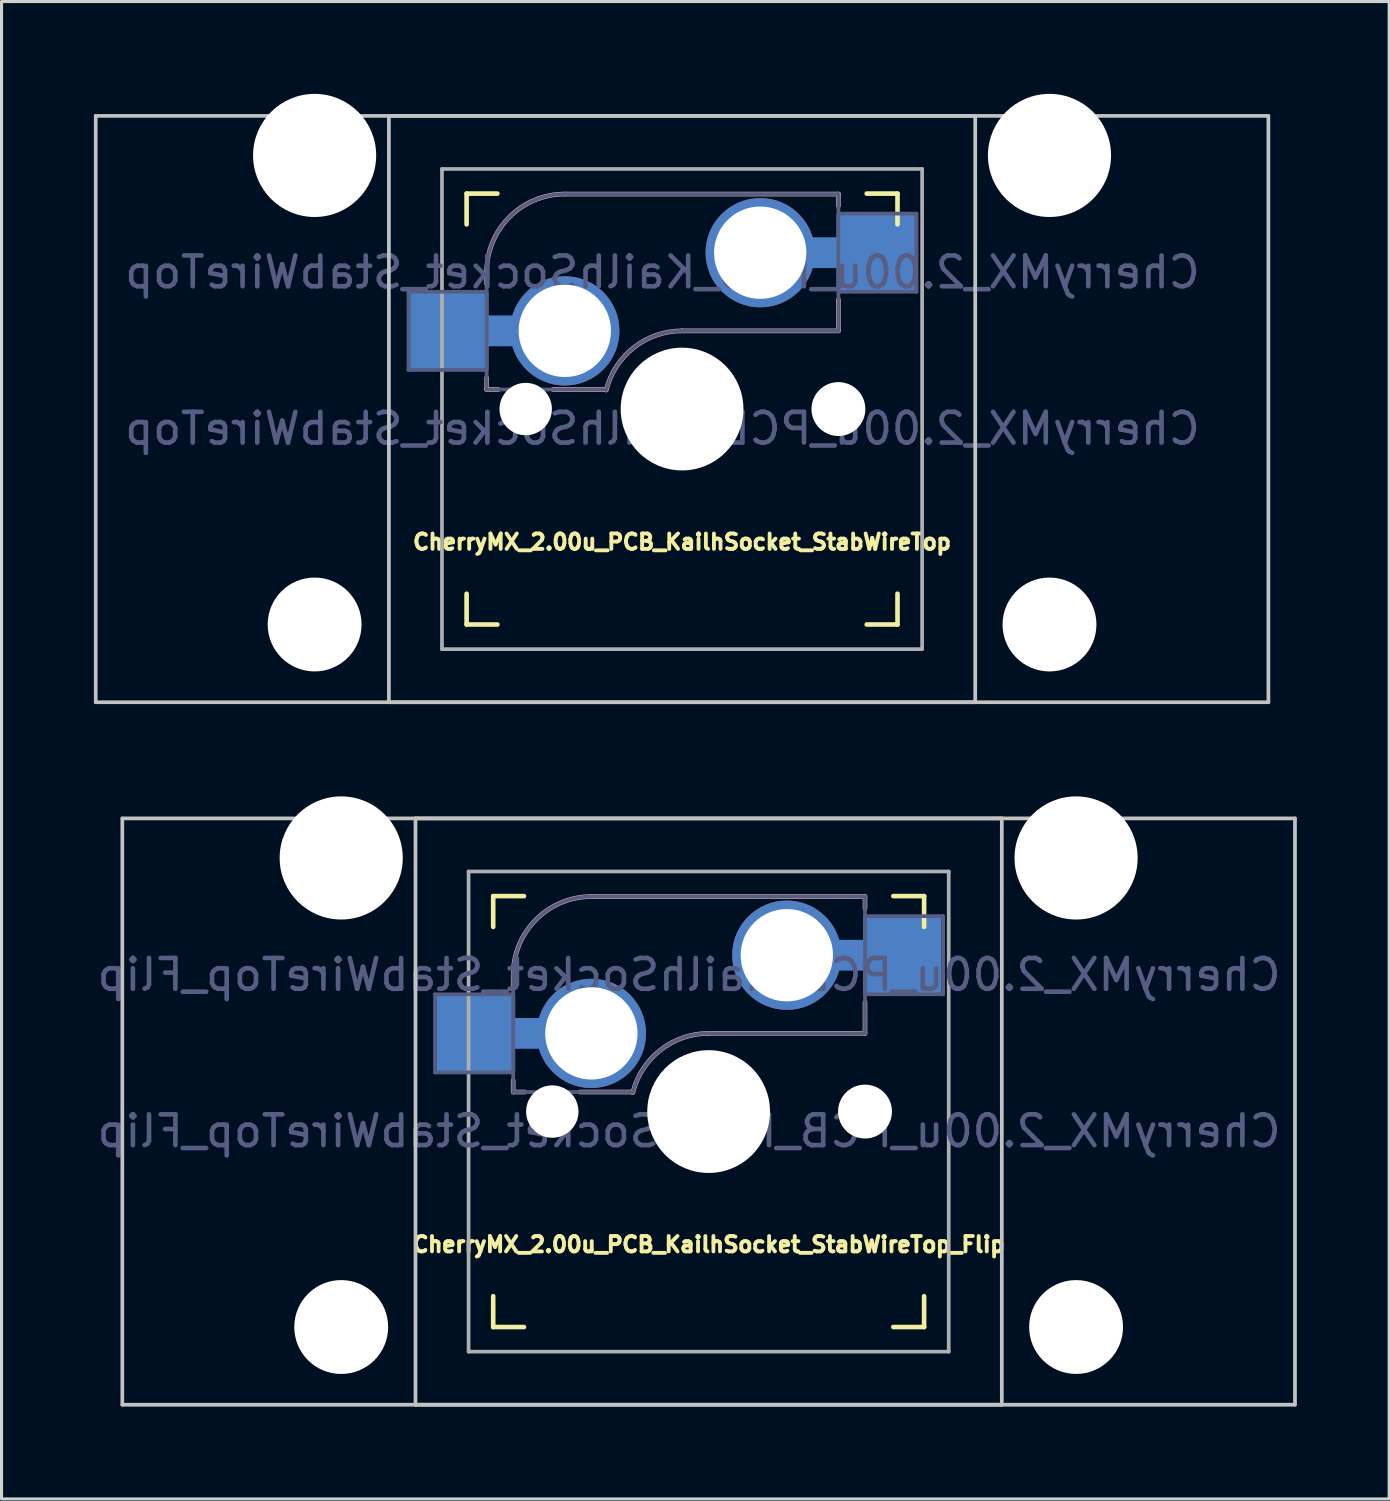
<source format=kicad_pcb>
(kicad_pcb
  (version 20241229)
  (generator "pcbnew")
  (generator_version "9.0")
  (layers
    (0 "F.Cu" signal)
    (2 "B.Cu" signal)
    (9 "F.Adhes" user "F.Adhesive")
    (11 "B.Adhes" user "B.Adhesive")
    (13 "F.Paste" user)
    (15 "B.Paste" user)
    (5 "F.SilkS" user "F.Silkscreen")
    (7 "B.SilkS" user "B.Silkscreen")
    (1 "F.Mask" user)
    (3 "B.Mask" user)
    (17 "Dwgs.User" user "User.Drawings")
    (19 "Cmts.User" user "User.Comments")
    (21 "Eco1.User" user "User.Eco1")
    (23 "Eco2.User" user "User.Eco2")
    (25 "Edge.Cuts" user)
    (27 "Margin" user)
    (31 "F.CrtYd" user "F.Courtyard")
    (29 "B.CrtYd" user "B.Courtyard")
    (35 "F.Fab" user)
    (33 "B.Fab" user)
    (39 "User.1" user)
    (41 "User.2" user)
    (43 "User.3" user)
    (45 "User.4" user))
  (footprint "CherryMX_2.00u_PCB_KailhSocket_StabWireTop_Flip"
    (layer "F.Cu")
    (at 19.974 33.065)
    (property "Reference" "CherryMX_2.00u_PCB_KailhSocket_StabWireTop_Flip" (at 0 4.318 0) (layer "F.SilkS") (effects (font (size 0.5 0.5) (thickness 0.125))))
    (property "Value" "CherryMX_2.00u_PCB_KailhSocket_StabWireTop_Flip" (at 0 8.662 0) (layer "F.Fab") (hide yes) (effects (font (size 1 1) (thickness 0.15))))
    (attr through_hole)
    (fp_line (start -7 -6) (end -7 -7) (stroke (width 0.15) (type solid)) (layer "F.SilkS"))
    (fp_line (start -7 7) (end -7 6) (stroke (width 0.15) (type solid)) (layer "F.SilkS"))
    (fp_line (start -7 7) (end -6 7) (stroke (width 0.15) (type solid)) (layer "F.SilkS"))
    (fp_line (start -6 -7) (end -7 -7) (stroke (width 0.15) (type solid)) (layer "F.SilkS"))
    (fp_line (start 6 7) (end 7 7) (stroke (width 0.15) (type solid)) (layer "F.SilkS"))
    (fp_line (start 7 -7) (end 6 -7) (stroke (width 0.15) (type solid)) (layer "F.SilkS"))
    (fp_line (start 7 -7) (end 7 -6) (stroke (width 0.15) (type solid)) (layer "F.SilkS"))
    (fp_line (start 7 6) (end 7 7) (stroke (width 0.15) (type solid)) (layer "F.SilkS"))
    (fp_line (start -6.35 -4.445) (end -6.35 -4.064) (stroke (width 0.15) (type solid)) (layer "B.SilkS"))
    (fp_line (start -6.35 -1.016) (end -6.35 -0.635) (stroke (width 0.15) (type solid)) (layer "B.SilkS"))
    (fp_line (start -5.969 -0.635) (end -6.35 -0.635) (stroke (width 0.15) (type solid)) (layer "B.SilkS"))
    (fp_line (start -3.81 -6.985) (end 5.08 -6.985) (stroke (width 0.15) (type solid)) (layer "B.SilkS"))
    (fp_line (start -2.464 -0.635) (end -4.191 -0.635) (stroke (width 0.15) (type solid)) (layer "B.SilkS"))
    (fp_line (start 5.08 -6.985) (end 5.08 -6.604) (stroke (width 0.15) (type solid)) (layer "B.SilkS"))
    (fp_line (start 5.08 -3.556) (end 5.08 -2.54) (stroke (width 0.15) (type solid)) (layer "B.SilkS"))
    (fp_line (start 5.08 -2.54) (end 0 -2.54) (stroke (width 0.15) (type solid)) (layer "B.SilkS"))
    (fp_arc (start -6.35 -4.445) (mid -5.606051 -6.241051) (end -3.81 -6.985) (stroke (width 0.15) (type solid)) (layer "B.SilkS"))
    (fp_arc (start -2.464162 -0.61604) (mid -1.563147 -2.002042) (end 0 -2.54) (stroke (width 0.15) (type solid)) (layer "B.SilkS"))
    (fp_line (start -19.05 -9.525) (end 19.05 -9.525) (stroke (width 0.12) (type solid)) (layer "Dwgs.User"))
    (fp_line (start -19.05 9.525) (end -19.05 -9.525) (stroke (width 0.12) (type solid)) (layer "Dwgs.User"))
    (fp_line (start -9.525 -9.525) (end 9.525 -9.525) (stroke (width 0.12) (type solid)) (layer "Dwgs.User"))
    (fp_line (start -9.525 9.525) (end -9.525 -9.525) (stroke (width 0.12) (type solid)) (layer "Dwgs.User"))
    (fp_line (start 9.525 -9.525) (end 9.525 9.525) (stroke (width 0.12) (type solid)) (layer "Dwgs.User"))
    (fp_line (start 9.525 9.525) (end -9.525 9.525) (stroke (width 0.12) (type solid)) (layer "Dwgs.User"))
    (fp_line (start 19.05 -9.525) (end 19.05 9.525) (stroke (width 0.12) (type solid)) (layer "Dwgs.User"))
    (fp_line (start 19.05 9.525) (end -19.05 9.525) (stroke (width 0.12) (type solid)) (layer "Dwgs.User"))
    (fp_line (start -6.9 6.9) (end -6.9 -6.9) (stroke (width 0.15) (type solid)) (layer "Eco2.User"))
    (fp_line (start -6.9 6.9) (end 6.9 6.9) (stroke (width 0.15) (type solid)) (layer "Eco2.User"))
    (fp_line (start 6.9 -6.9) (end -6.9 -6.9) (stroke (width 0.15) (type solid)) (layer "Eco2.User"))
    (fp_line (start 6.9 -6.9) (end 6.9 6.9) (stroke (width 0.15) (type solid)) (layer "Eco2.User"))
    (fp_line (start -8.89 -3.81) (end -6.35 -3.81) (stroke (width 0.12) (type solid)) (layer "B.Fab"))
    (fp_line (start -8.89 -1.27) (end -8.89 -3.81) (stroke (width 0.12) (type solid)) (layer "B.Fab"))
    (fp_line (start -6.35 -1.27) (end -8.89 -1.27) (stroke (width 0.12) (type solid)) (layer "B.Fab"))
    (fp_line (start -6.35 -0.635) (end -6.35 -4.445) (stroke (width 0.12) (type solid)) (layer "B.Fab"))
    (fp_line (start -6.35 -0.635) (end -2.54 -0.635) (stroke (width 0.12) (type solid)) (layer "B.Fab"))
    (fp_line (start -3.81 -6.985) (end 5.08 -6.985) (stroke (width 0.12) (type solid)) (layer "B.Fab"))
    (fp_line (start 5.08 -6.985) (end 5.08 -2.54) (stroke (width 0.12) (type solid)) (layer "B.Fab"))
    (fp_line (start 5.08 -6.35) (end 7.62 -6.35) (stroke (width 0.12) (type solid)) (layer "B.Fab"))
    (fp_line (start 5.08 -2.54) (end 0 -2.54) (stroke (width 0.12) (type solid)) (layer "B.Fab"))
    (fp_line (start 7.62 -6.35) (end 7.62 -3.81) (stroke (width 0.12) (type solid)) (layer "B.Fab"))
    (fp_line (start 7.62 -3.81) (end 5.08 -3.81) (stroke (width 0.12) (type solid)) (layer "B.Fab"))
    (fp_arc (start -6.35 -4.445) (mid -5.606051 -6.241051) (end -3.81 -6.985) (stroke (width 0.12) (type solid)) (layer "B.Fab"))
    (fp_arc (start -2.464162 -0.61604) (mid -1.563147 -2.002042) (end 0 -2.54) (stroke (width 0.12) (type solid)) (layer "B.Fab"))
    (fp_line (start -7.8 -7.8) (end -7.8 7.8) (stroke (width 0.12) (type solid)) (layer "F.Fab"))
    (fp_line (start -7.8 -7.8) (end 7.8 -7.8) (stroke (width 0.12) (type solid)) (layer "F.Fab"))
    (fp_line (start -7.8 7.8) (end 7.8 7.8) (stroke (width 0.12) (type solid)) (layer "F.Fab"))
    (fp_line (start 7.8 -7.8) (end 7.8 7.8) (stroke (width 0.12) (type solid)) (layer "F.Fab"))
    (fp_text user "${VALUE}" (at -0.635 0.635 0) (layer "B.Fab") (effects (font (size 1 1) (thickness 0.15)) (justify mirror)))
    (fp_text user "${REFERENCE}" (at -0.635 -4.445 0) (layer "B.Fab") (effects (font (size 1 1) (thickness 0.15)) (justify mirror)))
    (pad "" np_thru_hole circle (at -11.938 -8.24) (size 4 4) (drill 4) (layers "*.Cu" "*.Mask"))
    (pad "" np_thru_hole circle (at -11.938 7) (size 3.05 3.05) (drill 3.05) (layers "*.Cu" "*.Mask"))
    (pad "" np_thru_hole circle (at -5.08 0) (size 1.702 1.702) (drill 1.702) (layers "*.Cu" "*.Mask"))
    (pad "" np_thru_hole circle (at 0 0) (size 3.988 3.988) (drill 3.988) (layers "*.Cu" "*.Mask"))
    (pad "" np_thru_hole circle (at 5.08 0) (size 1.702 1.702) (drill 1.702) (layers "*.Cu" "*.Mask"))
    (pad "" np_thru_hole circle (at 5.08 0) (size 1.75 1.75) (drill 1.75) (layers "*.Cu" "*.Mask"))
    (pad "" np_thru_hole circle (at 11.938 -8.24) (size 4 4) (drill 4) (layers "*.Cu" "*.Mask"))
    (pad "" np_thru_hole circle (at 11.938 7) (size 3.05 3.05) (drill 3.05) (layers "*.Cu" "*.Mask"))
    (pad "1" thru_hole circle (at 2.54 -5.08) (size 3.55 3.55) (drill 3) (layers "*.Cu"))
    (pad "1" connect rect (at 5.015 -5.08 270) (size 1 2.5) (layers "B.Cu"))
    (pad "1" smd rect (at 6.29 -5.08) (size 2.55 2.5) (layers "B.Cu" "B.Mask" "B.Paste"))
    (pad "2" smd rect (at -7.56 -2.54) (size 2.55 2.5) (layers "B.Cu" "B.Mask" "B.Paste"))
    (pad "2" connect rect (at -5.715 -2.54 90) (size 1 2.5) (layers "B.Cu"))
    (pad "2" thru_hole circle (at -3.81 -2.54) (size 3.55 3.55) (drill 3) (layers "*.Cu")))
  (footprint "CherryMX_2.00u_PCB_KailhSocket_StabWireTop"
    (layer "F.Cu")
    (at 19.11 10.24)
    (property "Reference" "CherryMX_2.00u_PCB_KailhSocket_StabWireTop" (at 0 4.318 0) (layer "F.SilkS") (effects (font (size 0.5 0.5) (thickness 0.125))))
    (property "Value" "CherryMX_2.00u_PCB_KailhSocket_StabWireTop" (at 0 8.662 0) (layer "F.Fab") (hide yes) (effects (font (size 1 1) (thickness 0.15))))
    (attr through_hole)
    (fp_line (start -7 -6) (end -7 -7) (stroke (width 0.15) (type solid)) (layer "F.SilkS"))
    (fp_line (start -7 7) (end -7 6) (stroke (width 0.15) (type solid)) (layer "F.SilkS"))
    (fp_line (start -7 7) (end -6 7) (stroke (width 0.15) (type solid)) (layer "F.SilkS"))
    (fp_line (start -6 -7) (end -7 -7) (stroke (width 0.15) (type solid)) (layer "F.SilkS"))
    (fp_line (start 6 7) (end 7 7) (stroke (width 0.15) (type solid)) (layer "F.SilkS"))
    (fp_line (start 7 -7) (end 6 -7) (stroke (width 0.15) (type solid)) (layer "F.SilkS"))
    (fp_line (start 7 -7) (end 7 -6) (stroke (width 0.15) (type solid)) (layer "F.SilkS"))
    (fp_line (start 7 6) (end 7 7) (stroke (width 0.15) (type solid)) (layer "F.SilkS"))
    (fp_line (start -6.35 -4.445) (end -6.35 -4.064) (stroke (width 0.15) (type solid)) (layer "B.SilkS"))
    (fp_line (start -6.35 -1.016) (end -6.35 -0.635) (stroke (width 0.15) (type solid)) (layer "B.SilkS"))
    (fp_line (start -5.969 -0.635) (end -6.35 -0.635) (stroke (width 0.15) (type solid)) (layer "B.SilkS"))
    (fp_line (start -3.81 -6.985) (end 5.08 -6.985) (stroke (width 0.15) (type solid)) (layer "B.SilkS"))
    (fp_line (start -2.464 -0.635) (end -4.191 -0.635) (stroke (width 0.15) (type solid)) (layer "B.SilkS"))
    (fp_line (start 5.08 -6.985) (end 5.08 -6.604) (stroke (width 0.15) (type solid)) (layer "B.SilkS"))
    (fp_line (start 5.08 -3.556) (end 5.08 -2.54) (stroke (width 0.15) (type solid)) (layer "B.SilkS"))
    (fp_line (start 5.08 -2.54) (end 0 -2.54) (stroke (width 0.15) (type solid)) (layer "B.SilkS"))
    (fp_arc (start -6.35 -4.445) (mid -5.606051 -6.241051) (end -3.81 -6.985) (stroke (width 0.15) (type solid)) (layer "B.SilkS"))
    (fp_arc (start -2.464162 -0.61604) (mid -1.563147 -2.002042) (end 0 -2.54) (stroke (width 0.15) (type solid)) (layer "B.SilkS"))
    (fp_line (start -19.05 -9.525) (end 19.05 -9.525) (stroke (width 0.12) (type solid)) (layer "Dwgs.User"))
    (fp_line (start -19.05 9.525) (end -19.05 -9.525) (stroke (width 0.12) (type solid)) (layer "Dwgs.User"))
    (fp_line (start -9.525 -9.525) (end 9.525 -9.525) (stroke (width 0.12) (type solid)) (layer "Dwgs.User"))
    (fp_line (start -9.525 9.525) (end -9.525 -9.525) (stroke (width 0.12) (type solid)) (layer "Dwgs.User"))
    (fp_line (start 9.525 -9.525) (end 9.525 9.525) (stroke (width 0.12) (type solid)) (layer "Dwgs.User"))
    (fp_line (start 9.525 9.525) (end -9.525 9.525) (stroke (width 0.12) (type solid)) (layer "Dwgs.User"))
    (fp_line (start 19.05 -9.525) (end 19.05 9.525) (stroke (width 0.12) (type solid)) (layer "Dwgs.User"))
    (fp_line (start 19.05 9.525) (end -19.05 9.525) (stroke (width 0.12) (type solid)) (layer "Dwgs.User"))
    (fp_line (start -6.9 6.9) (end -6.9 -6.9) (stroke (width 0.15) (type solid)) (layer "Eco2.User"))
    (fp_line (start -6.9 6.9) (end 6.9 6.9) (stroke (width 0.15) (type solid)) (layer "Eco2.User"))
    (fp_line (start 6.9 -6.9) (end -6.9 -6.9) (stroke (width 0.15) (type solid)) (layer "Eco2.User"))
    (fp_line (start 6.9 -6.9) (end 6.9 6.9) (stroke (width 0.15) (type solid)) (layer "Eco2.User"))
    (fp_line (start -8.89 -3.81) (end -6.35 -3.81) (stroke (width 0.12) (type solid)) (layer "B.Fab"))
    (fp_line (start -8.89 -1.27) (end -8.89 -3.81) (stroke (width 0.12) (type solid)) (layer "B.Fab"))
    (fp_line (start -6.35 -1.27) (end -8.89 -1.27) (stroke (width 0.12) (type solid)) (layer "B.Fab"))
    (fp_line (start -6.35 -0.635) (end -6.35 -4.445) (stroke (width 0.12) (type solid)) (layer "B.Fab"))
    (fp_line (start -6.35 -0.635) (end -2.54 -0.635) (stroke (width 0.12) (type solid)) (layer "B.Fab"))
    (fp_line (start -3.81 -6.985) (end 5.08 -6.985) (stroke (width 0.12) (type solid)) (layer "B.Fab"))
    (fp_line (start 5.08 -6.985) (end 5.08 -2.54) (stroke (width 0.12) (type solid)) (layer "B.Fab"))
    (fp_line (start 5.08 -6.35) (end 7.62 -6.35) (stroke (width 0.12) (type solid)) (layer "B.Fab"))
    (fp_line (start 5.08 -2.54) (end 0 -2.54) (stroke (width 0.12) (type solid)) (layer "B.Fab"))
    (fp_line (start 7.62 -6.35) (end 7.62 -3.81) (stroke (width 0.12) (type solid)) (layer "B.Fab"))
    (fp_line (start 7.62 -3.81) (end 5.08 -3.81) (stroke (width 0.12) (type solid)) (layer "B.Fab"))
    (fp_arc (start -6.35 -4.445) (mid -5.606051 -6.241051) (end -3.81 -6.985) (stroke (width 0.12) (type solid)) (layer "B.Fab"))
    (fp_arc (start -2.464162 -0.61604) (mid -1.563147 -2.002042) (end 0 -2.54) (stroke (width 0.12) (type solid)) (layer "B.Fab"))
    (fp_line (start -7.8 -7.8) (end -7.8 7.8) (stroke (width 0.12) (type solid)) (layer "F.Fab"))
    (fp_line (start -7.8 -7.8) (end 7.8 -7.8) (stroke (width 0.12) (type solid)) (layer "F.Fab"))
    (fp_line (start -7.8 7.8) (end 7.8 7.8) (stroke (width 0.12) (type solid)) (layer "F.Fab"))
    (fp_line (start 7.8 -7.8) (end 7.8 7.8) (stroke (width 0.12) (type solid)) (layer "F.Fab"))
    (fp_text user "${REFERENCE}" (at -0.635 -4.445 0) (layer "B.Fab") (effects (font (size 1 1) (thickness 0.15)) (justify mirror)))
    (fp_text user "${VALUE}" (at -0.635 0.635 0) (layer "B.Fab") (effects (font (size 1 1) (thickness 0.15)) (justify mirror)))
    (pad "" np_thru_hole circle (at -11.938 -8.24) (size 4 4) (drill 4) (layers "*.Cu" "*.Mask"))
    (pad "" np_thru_hole circle (at -11.938 7) (size 3.05 3.05) (drill 3.05) (layers "*.Cu" "*.Mask"))
    (pad "" np_thru_hole circle (at -5.08 0) (size 1.702 1.702) (drill 1.702) (layers "*.Cu" "*.Mask"))
    (pad "" np_thru_hole circle (at 0 0) (size 3.988 3.988) (drill 3.988) (layers "*.Cu" "*.Mask"))
    (pad "" np_thru_hole circle (at 5.08 0) (size 1.702 1.702) (drill 1.702) (layers "*.Cu" "*.Mask"))
    (pad "" np_thru_hole circle (at 5.08 0) (size 1.75 1.75) (drill 1.75) (layers "*.Cu" "*.Mask"))
    (pad "" np_thru_hole circle (at 11.938 -8.24) (size 4 4) (drill 4) (layers "*.Cu" "*.Mask"))
    (pad "" np_thru_hole circle (at 11.938 7) (size 3.05 3.05) (drill 3.05) (layers "*.Cu" "*.Mask"))
    (pad "1" smd rect (at -7.56 -2.54) (size 2.55 2.5) (layers "B.Cu" "B.Mask" "B.Paste"))
    (pad "1" connect rect (at -5.715 -2.54 90) (size 1 2.5) (layers "B.Cu"))
    (pad "1" thru_hole circle (at -3.81 -2.54) (size 3.55 3.55) (drill 3) (layers "*.Cu"))
    (pad "2" thru_hole circle (at 2.54 -5.08) (size 3.55 3.55) (drill 3) (layers "*.Cu"))
    (pad "2" connect rect (at 5.015 -5.08 270) (size 1 2.5) (layers "B.Cu"))
    (pad "2" smd rect (at 6.29 -5.08) (size 2.55 2.5) (layers "B.Cu" "B.Mask" "B.Paste")))
  (gr_rect
    (start -3 -3)
    (end 42.084 45.65)
    (stroke (width 0.1) (type default))
    (fill no)
    (layer "Edge.Cuts")))
</source>
